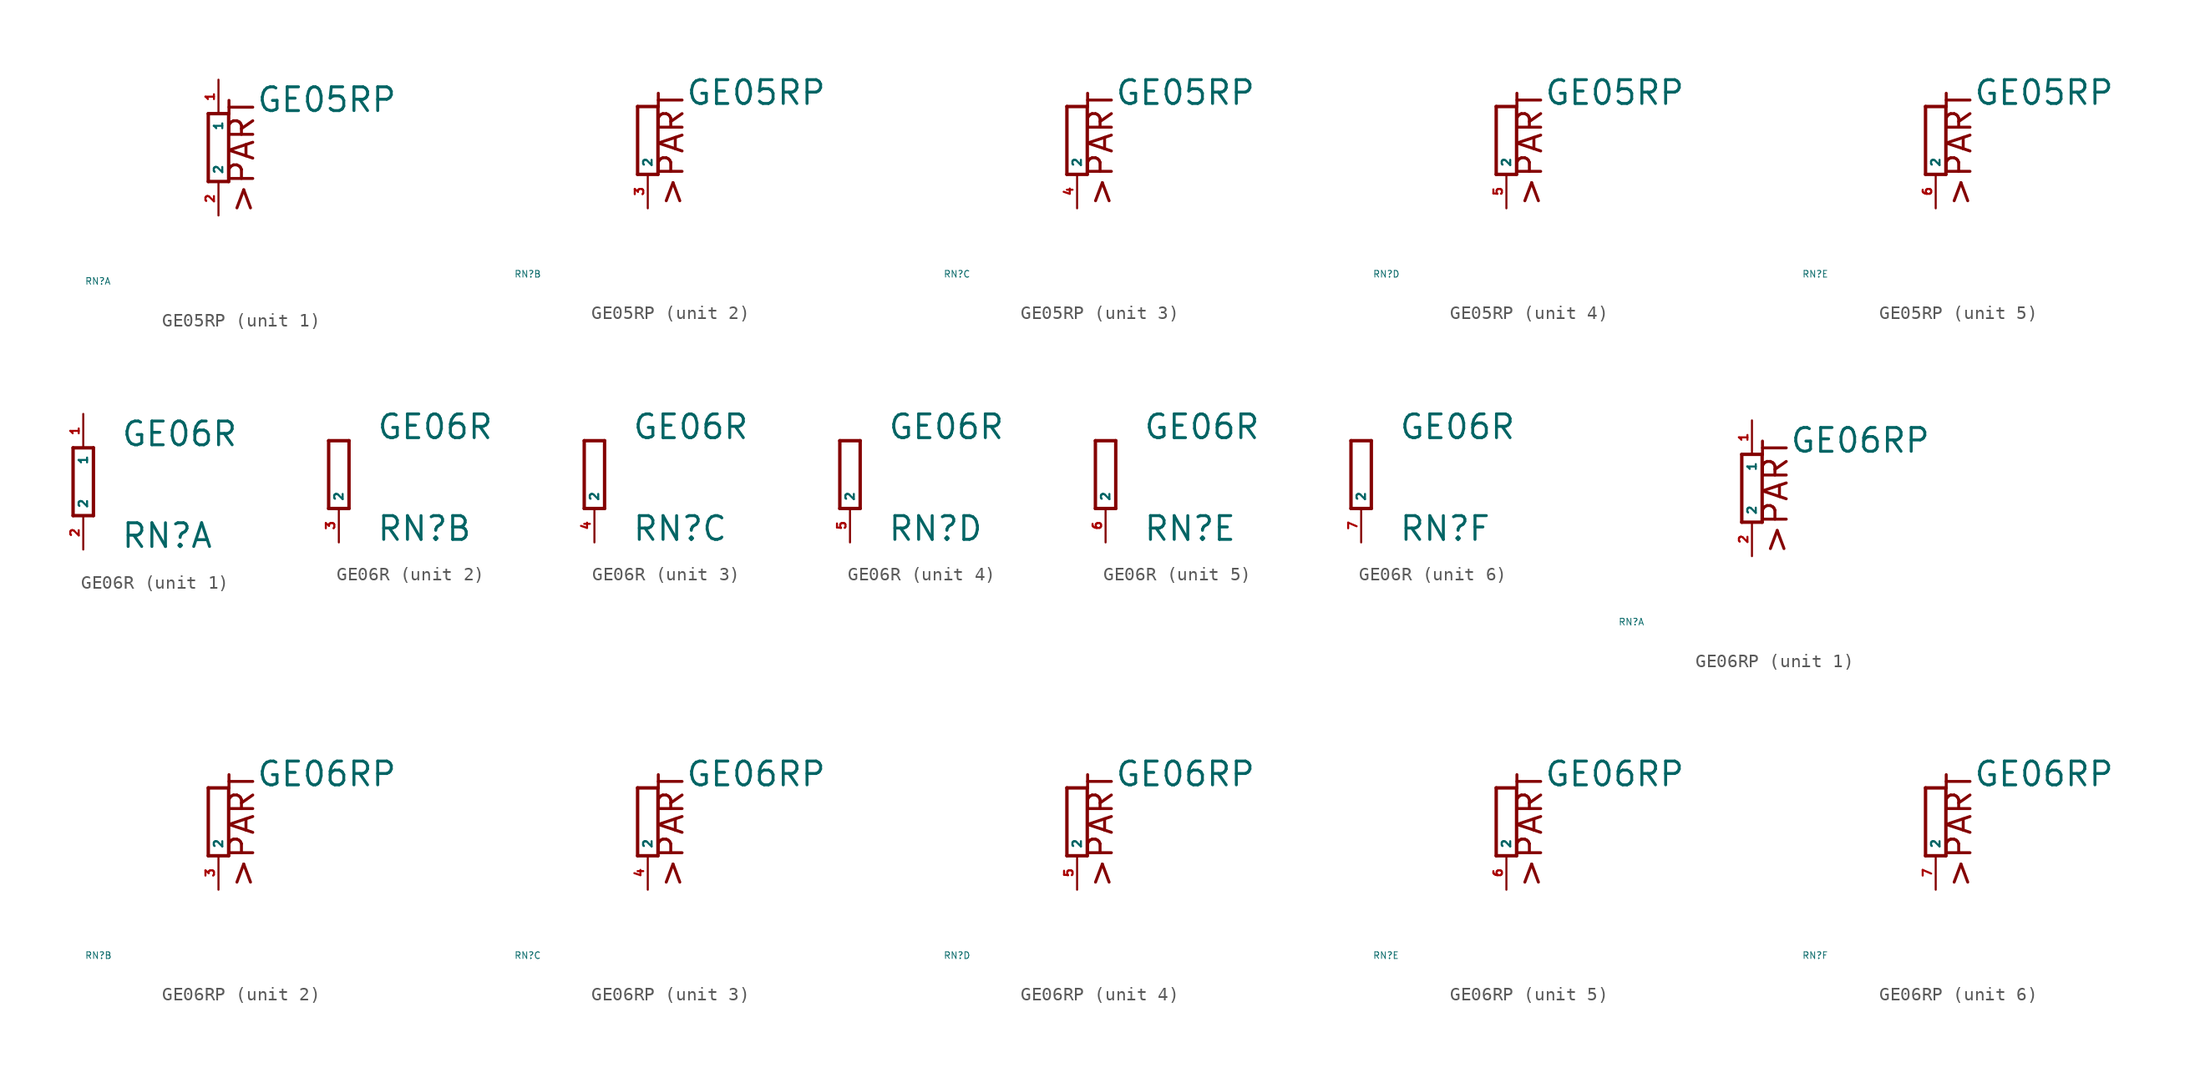
<source format=kicad_sym>
(kicad_symbol_lib
  (version 20220914)
  (generator Eagle2Kicad)
  (symbol "GE05RP"
    (property "Reference" "RN"
      (at -10 -10 0)
      (effects (font (size 0.5 0.5) (thickness 0.06)) (justify left)))
    (property "Value" "GE05RP"
      (at 2.794 2.54 0)
      (effects (font (size 1.778 1.778) (thickness 0.22)) (justify left bottom)))
    (symbol "GE05RP_1_0"
      (polyline (pts (xy 0.762 -2.54) (xy 0.762 2.54)) (stroke (width 0.254) (type default)) (fill (type none)))
      (polyline (pts (xy -0.762 2.54) (xy -0.762 -2.54)) (stroke (width 0.254) (type default)) (fill (type none)))
      (polyline (pts (xy 0.762 2.54) (xy -0.762 2.54)) (stroke (width 0.254) (type default)) (fill (type none)))
      (polyline (pts (xy -0.762 -2.54) (xy 0.762 -2.54)) (stroke (width 0.254) (type default)) (fill (type none)))
      (text ">PART" (at 2.794 -5.08 900) (effects (font (size 1.778 1.778) (thickness 0.22)) (justify left bottom)))
      (pin passive line (at 0 5.08 270) (length 2.54) (name "1" (effects (font (size 0.635 0.635) (thickness 0.08)) (justify left bottom))) (number "1" (effects (font (size 0.635 0.635) (thickness 0.08)) (justify left bottom))))
      (pin passive line (at 0 -5.08 90) (length 2.54) (name "2" (effects (font (size 0.635 0.635) (thickness 0.08)) (justify left bottom))) (number "2" (effects (font (size 0.635 0.635) (thickness 0.08)) (justify left bottom)))))
    (symbol "GE05RP_2_0"
      (polyline (pts (xy -0.762 2.54) (xy -0.762 -2.54)) (stroke (width 0.254) (type default)) (fill (type none)))
      (polyline (pts (xy 0.762 -2.54) (xy 0.762 2.54)) (stroke (width 0.254) (type default)) (fill (type none)))
      (polyline (pts (xy -0.762 -2.54) (xy 0.762 -2.54)) (stroke (width 0.254) (type default)) (fill (type none)))
      (polyline (pts (xy 0.762 2.54) (xy -0.762 2.54)) (stroke (width 0.254) (type default)) (fill (type none)))
      (text ">PART" (at 2.794 -5.08 900) (effects (font (size 1.778 1.778) (thickness 0.22)) (justify left bottom)))
      (pin passive line (at 0 -5.08 90) (length 2.54) (name "2" (effects (font (size 0.635 0.635) (thickness 0.08)) (justify left bottom))) (number "3" (effects (font (size 0.635 0.635) (thickness 0.08)) (justify left bottom)))))
    (symbol "GE05RP_3_0"
      (polyline (pts (xy -0.762 2.54) (xy -0.762 -2.54)) (stroke (width 0.254) (type default)) (fill (type none)))
      (polyline (pts (xy 0.762 -2.54) (xy 0.762 2.54)) (stroke (width 0.254) (type default)) (fill (type none)))
      (polyline (pts (xy -0.762 -2.54) (xy 0.762 -2.54)) (stroke (width 0.254) (type default)) (fill (type none)))
      (polyline (pts (xy 0.762 2.54) (xy -0.762 2.54)) (stroke (width 0.254) (type default)) (fill (type none)))
      (text ">PART" (at 2.794 -5.08 900) (effects (font (size 1.778 1.778) (thickness 0.22)) (justify left bottom)))
      (pin passive line (at 0 -5.08 90) (length 2.54) (name "2" (effects (font (size 0.635 0.635) (thickness 0.08)) (justify left bottom))) (number "4" (effects (font (size 0.635 0.635) (thickness 0.08)) (justify left bottom)))))
    (symbol "GE05RP_4_0"
      (polyline (pts (xy -0.762 2.54) (xy -0.762 -2.54)) (stroke (width 0.254) (type default)) (fill (type none)))
      (polyline (pts (xy 0.762 -2.54) (xy 0.762 2.54)) (stroke (width 0.254) (type default)) (fill (type none)))
      (polyline (pts (xy -0.762 -2.54) (xy 0.762 -2.54)) (stroke (width 0.254) (type default)) (fill (type none)))
      (polyline (pts (xy 0.762 2.54) (xy -0.762 2.54)) (stroke (width 0.254) (type default)) (fill (type none)))
      (text ">PART" (at 2.794 -5.08 900) (effects (font (size 1.778 1.778) (thickness 0.22)) (justify left bottom)))
      (pin passive line (at 0 -5.08 90) (length 2.54) (name "2" (effects (font (size 0.635 0.635) (thickness 0.08)) (justify left bottom))) (number "5" (effects (font (size 0.635 0.635) (thickness 0.08)) (justify left bottom)))))
    (symbol "GE05RP_5_0"
      (polyline (pts (xy -0.762 2.54) (xy -0.762 -2.54)) (stroke (width 0.254) (type default)) (fill (type none)))
      (polyline (pts (xy 0.762 -2.54) (xy 0.762 2.54)) (stroke (width 0.254) (type default)) (fill (type none)))
      (polyline (pts (xy -0.762 -2.54) (xy 0.762 -2.54)) (stroke (width 0.254) (type default)) (fill (type none)))
      (polyline (pts (xy 0.762 2.54) (xy -0.762 2.54)) (stroke (width 0.254) (type default)) (fill (type none)))
      (text ">PART" (at 2.794 -5.08 900) (effects (font (size 1.778 1.778) (thickness 0.22)) (justify left bottom)))
      (pin passive line (at 0 -5.08 90) (length 2.54) (name "2" (effects (font (size 0.635 0.635) (thickness 0.08)) (justify left bottom))) (number "6" (effects (font (size 0.635 0.635) (thickness 0.08)) (justify left bottom))))))
  (symbol "GE06R"
    (property "Reference" "RN"
      (at 2.794 -5.08 0)
      (effects (font (size 1.778 1.778) (thickness 0.22)) (justify left bottom)))
    (property "Value" "GE06R"
      (at 2.794 2.54 0)
      (effects (font (size 1.778 1.778) (thickness 0.22)) (justify left bottom)))
    (symbol "GE06R_1_0"
      (polyline (pts (xy 0.762 -2.54) (xy 0.762 2.54)) (stroke (width 0.254) (type default)) (fill (type none)))
      (polyline (pts (xy -0.762 2.54) (xy -0.762 -2.54)) (stroke (width 0.254) (type default)) (fill (type none)))
      (polyline (pts (xy 0.762 2.54) (xy -0.762 2.54)) (stroke (width 0.254) (type default)) (fill (type none)))
      (polyline (pts (xy -0.762 -2.54) (xy 0.762 -2.54)) (stroke (width 0.254) (type default)) (fill (type none)))
      (pin passive line (at 0 5.08 270) (length 2.54) (name "1" (effects (font (size 0.635 0.635) (thickness 0.08)) (justify left bottom))) (number "1" (effects (font (size 0.635 0.635) (thickness 0.08)) (justify left bottom))))
      (pin passive line (at 0 -5.08 90) (length 2.54) (name "2" (effects (font (size 0.635 0.635) (thickness 0.08)) (justify left bottom))) (number "2" (effects (font (size 0.635 0.635) (thickness 0.08)) (justify left bottom)))))
    (symbol "GE06R_2_0"
      (polyline (pts (xy -0.762 2.54) (xy -0.762 -2.54)) (stroke (width 0.254) (type default)) (fill (type none)))
      (polyline (pts (xy 0.762 -2.54) (xy 0.762 2.54)) (stroke (width 0.254) (type default)) (fill (type none)))
      (polyline (pts (xy -0.762 -2.54) (xy 0.762 -2.54)) (stroke (width 0.254) (type default)) (fill (type none)))
      (polyline (pts (xy 0.762 2.54) (xy -0.762 2.54)) (stroke (width 0.254) (type default)) (fill (type none)))
      (pin passive line (at 0 -5.08 90) (length 2.54) (name "2" (effects (font (size 0.635 0.635) (thickness 0.08)) (justify left bottom))) (number "3" (effects (font (size 0.635 0.635) (thickness 0.08)) (justify left bottom)))))
    (symbol "GE06R_3_0"
      (polyline (pts (xy -0.762 2.54) (xy -0.762 -2.54)) (stroke (width 0.254) (type default)) (fill (type none)))
      (polyline (pts (xy 0.762 -2.54) (xy 0.762 2.54)) (stroke (width 0.254) (type default)) (fill (type none)))
      (polyline (pts (xy -0.762 -2.54) (xy 0.762 -2.54)) (stroke (width 0.254) (type default)) (fill (type none)))
      (polyline (pts (xy 0.762 2.54) (xy -0.762 2.54)) (stroke (width 0.254) (type default)) (fill (type none)))
      (pin passive line (at 0 -5.08 90) (length 2.54) (name "2" (effects (font (size 0.635 0.635) (thickness 0.08)) (justify left bottom))) (number "4" (effects (font (size 0.635 0.635) (thickness 0.08)) (justify left bottom)))))
    (symbol "GE06R_4_0"
      (polyline (pts (xy -0.762 2.54) (xy -0.762 -2.54)) (stroke (width 0.254) (type default)) (fill (type none)))
      (polyline (pts (xy 0.762 -2.54) (xy 0.762 2.54)) (stroke (width 0.254) (type default)) (fill (type none)))
      (polyline (pts (xy -0.762 -2.54) (xy 0.762 -2.54)) (stroke (width 0.254) (type default)) (fill (type none)))
      (polyline (pts (xy 0.762 2.54) (xy -0.762 2.54)) (stroke (width 0.254) (type default)) (fill (type none)))
      (pin passive line (at 0 -5.08 90) (length 2.54) (name "2" (effects (font (size 0.635 0.635) (thickness 0.08)) (justify left bottom))) (number "5" (effects (font (size 0.635 0.635) (thickness 0.08)) (justify left bottom)))))
    (symbol "GE06R_5_0"
      (polyline (pts (xy -0.762 2.54) (xy -0.762 -2.54)) (stroke (width 0.254) (type default)) (fill (type none)))
      (polyline (pts (xy 0.762 -2.54) (xy 0.762 2.54)) (stroke (width 0.254) (type default)) (fill (type none)))
      (polyline (pts (xy -0.762 -2.54) (xy 0.762 -2.54)) (stroke (width 0.254) (type default)) (fill (type none)))
      (polyline (pts (xy 0.762 2.54) (xy -0.762 2.54)) (stroke (width 0.254) (type default)) (fill (type none)))
      (pin passive line (at 0 -5.08 90) (length 2.54) (name "2" (effects (font (size 0.635 0.635) (thickness 0.08)) (justify left bottom))) (number "6" (effects (font (size 0.635 0.635) (thickness 0.08)) (justify left bottom)))))
    (symbol "GE06R_6_0"
      (polyline (pts (xy -0.762 2.54) (xy -0.762 -2.54)) (stroke (width 0.254) (type default)) (fill (type none)))
      (polyline (pts (xy 0.762 -2.54) (xy 0.762 2.54)) (stroke (width 0.254) (type default)) (fill (type none)))
      (polyline (pts (xy -0.762 -2.54) (xy 0.762 -2.54)) (stroke (width 0.254) (type default)) (fill (type none)))
      (polyline (pts (xy 0.762 2.54) (xy -0.762 2.54)) (stroke (width 0.254) (type default)) (fill (type none)))
      (pin passive line (at 0 -5.08 90) (length 2.54) (name "2" (effects (font (size 0.635 0.635) (thickness 0.08)) (justify left bottom))) (number "7" (effects (font (size 0.635 0.635) (thickness 0.08)) (justify left bottom))))))
  (symbol "GE06RP"
    (property "Reference" "RN"
      (at -10 -10 0)
      (effects (font (size 0.5 0.5) (thickness 0.06)) (justify left)))
    (property "Value" "GE06RP"
      (at 2.794 2.54 0)
      (effects (font (size 1.778 1.778) (thickness 0.22)) (justify left bottom)))
    (symbol "GE06RP_1_0"
      (polyline (pts (xy 0.762 -2.54) (xy 0.762 2.54)) (stroke (width 0.254) (type default)) (fill (type none)))
      (polyline (pts (xy -0.762 2.54) (xy -0.762 -2.54)) (stroke (width 0.254) (type default)) (fill (type none)))
      (polyline (pts (xy 0.762 2.54) (xy -0.762 2.54)) (stroke (width 0.254) (type default)) (fill (type none)))
      (polyline (pts (xy -0.762 -2.54) (xy 0.762 -2.54)) (stroke (width 0.254) (type default)) (fill (type none)))
      (text ">PART" (at 2.794 -5.08 900) (effects (font (size 1.778 1.778) (thickness 0.22)) (justify left bottom)))
      (pin passive line (at 0 5.08 270) (length 2.54) (name "1" (effects (font (size 0.635 0.635) (thickness 0.08)) (justify left bottom))) (number "1" (effects (font (size 0.635 0.635) (thickness 0.08)) (justify left bottom))))
      (pin passive line (at 0 -5.08 90) (length 2.54) (name "2" (effects (font (size 0.635 0.635) (thickness 0.08)) (justify left bottom))) (number "2" (effects (font (size 0.635 0.635) (thickness 0.08)) (justify left bottom)))))
    (symbol "GE06RP_2_0"
      (polyline (pts (xy -0.762 2.54) (xy -0.762 -2.54)) (stroke (width 0.254) (type default)) (fill (type none)))
      (polyline (pts (xy 0.762 -2.54) (xy 0.762 2.54)) (stroke (width 0.254) (type default)) (fill (type none)))
      (polyline (pts (xy -0.762 -2.54) (xy 0.762 -2.54)) (stroke (width 0.254) (type default)) (fill (type none)))
      (polyline (pts (xy 0.762 2.54) (xy -0.762 2.54)) (stroke (width 0.254) (type default)) (fill (type none)))
      (text ">PART" (at 2.794 -5.08 900) (effects (font (size 1.778 1.778) (thickness 0.22)) (justify left bottom)))
      (pin passive line (at 0 -5.08 90) (length 2.54) (name "2" (effects (font (size 0.635 0.635) (thickness 0.08)) (justify left bottom))) (number "3" (effects (font (size 0.635 0.635) (thickness 0.08)) (justify left bottom)))))
    (symbol "GE06RP_3_0"
      (polyline (pts (xy -0.762 2.54) (xy -0.762 -2.54)) (stroke (width 0.254) (type default)) (fill (type none)))
      (polyline (pts (xy 0.762 -2.54) (xy 0.762 2.54)) (stroke (width 0.254) (type default)) (fill (type none)))
      (polyline (pts (xy -0.762 -2.54) (xy 0.762 -2.54)) (stroke (width 0.254) (type default)) (fill (type none)))
      (polyline (pts (xy 0.762 2.54) (xy -0.762 2.54)) (stroke (width 0.254) (type default)) (fill (type none)))
      (text ">PART" (at 2.794 -5.08 900) (effects (font (size 1.778 1.778) (thickness 0.22)) (justify left bottom)))
      (pin passive line (at 0 -5.08 90) (length 2.54) (name "2" (effects (font (size 0.635 0.635) (thickness 0.08)) (justify left bottom))) (number "4" (effects (font (size 0.635 0.635) (thickness 0.08)) (justify left bottom)))))
    (symbol "GE06RP_4_0"
      (polyline (pts (xy -0.762 2.54) (xy -0.762 -2.54)) (stroke (width 0.254) (type default)) (fill (type none)))
      (polyline (pts (xy 0.762 -2.54) (xy 0.762 2.54)) (stroke (width 0.254) (type default)) (fill (type none)))
      (polyline (pts (xy -0.762 -2.54) (xy 0.762 -2.54)) (stroke (width 0.254) (type default)) (fill (type none)))
      (polyline (pts (xy 0.762 2.54) (xy -0.762 2.54)) (stroke (width 0.254) (type default)) (fill (type none)))
      (text ">PART" (at 2.794 -5.08 900) (effects (font (size 1.778 1.778) (thickness 0.22)) (justify left bottom)))
      (pin passive line (at 0 -5.08 90) (length 2.54) (name "2" (effects (font (size 0.635 0.635) (thickness 0.08)) (justify left bottom))) (number "5" (effects (font (size 0.635 0.635) (thickness 0.08)) (justify left bottom)))))
    (symbol "GE06RP_5_0"
      (polyline (pts (xy -0.762 2.54) (xy -0.762 -2.54)) (stroke (width 0.254) (type default)) (fill (type none)))
      (polyline (pts (xy 0.762 -2.54) (xy 0.762 2.54)) (stroke (width 0.254) (type default)) (fill (type none)))
      (polyline (pts (xy -0.762 -2.54) (xy 0.762 -2.54)) (stroke (width 0.254) (type default)) (fill (type none)))
      (polyline (pts (xy 0.762 2.54) (xy -0.762 2.54)) (stroke (width 0.254) (type default)) (fill (type none)))
      (text ">PART" (at 2.794 -5.08 900) (effects (font (size 1.778 1.778) (thickness 0.22)) (justify left bottom)))
      (pin passive line (at 0 -5.08 90) (length 2.54) (name "2" (effects (font (size 0.635 0.635) (thickness 0.08)) (justify left bottom))) (number "6" (effects (font (size 0.635 0.635) (thickness 0.08)) (justify left bottom)))))
    (symbol "GE06RP_6_0"
      (polyline (pts (xy -0.762 2.54) (xy -0.762 -2.54)) (stroke (width 0.254) (type default)) (fill (type none)))
      (polyline (pts (xy 0.762 -2.54) (xy 0.762 2.54)) (stroke (width 0.254) (type default)) (fill (type none)))
      (polyline (pts (xy -0.762 -2.54) (xy 0.762 -2.54)) (stroke (width 0.254) (type default)) (fill (type none)))
      (polyline (pts (xy 0.762 2.54) (xy -0.762 2.54)) (stroke (width 0.254) (type default)) (fill (type none)))
      (text ">PART" (at 2.794 -5.08 900) (effects (font (size 1.778 1.778) (thickness 0.22)) (justify left bottom)))
      (pin passive line (at 0 -5.08 90) (length 2.54) (name "2" (effects (font (size 0.635 0.635) (thickness 0.08)) (justify left bottom))) (number "7" (effects (font (size 0.635 0.635) (thickness 0.08)) (justify left bottom)))))))
</source>
